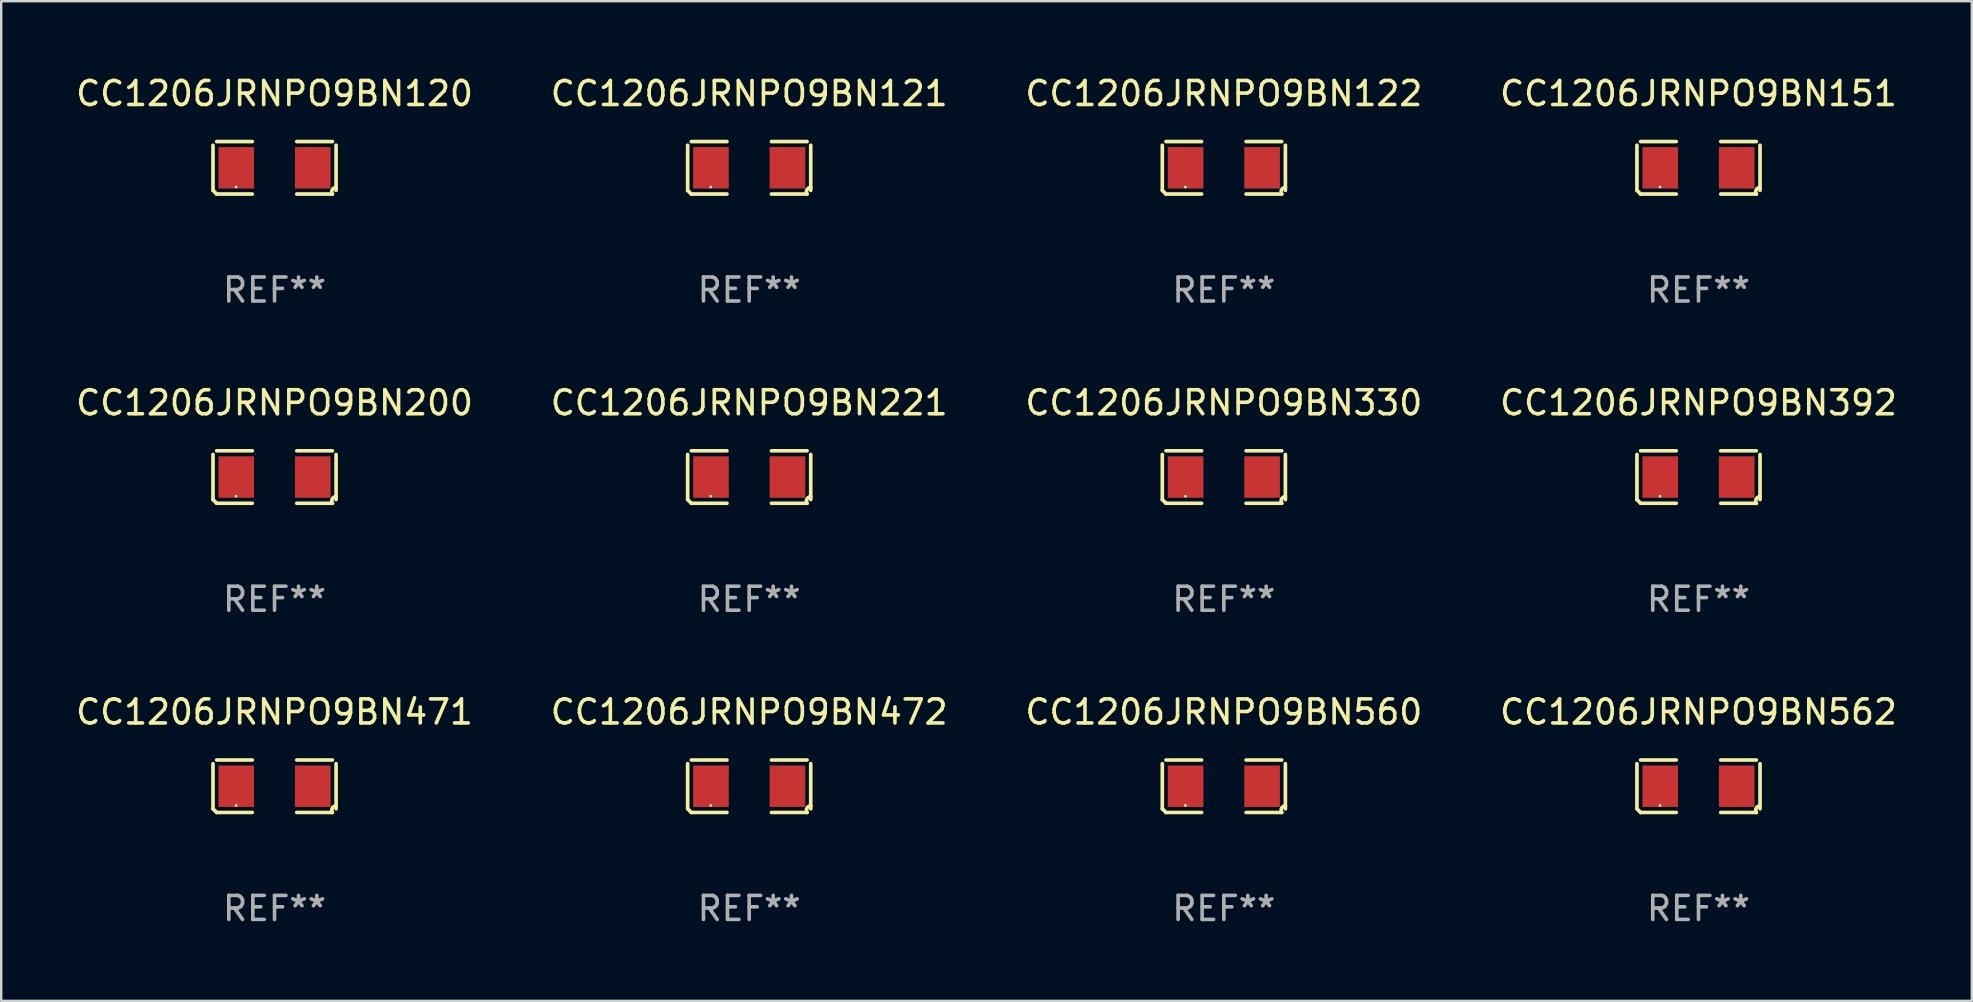
<source format=kicad_pcb>
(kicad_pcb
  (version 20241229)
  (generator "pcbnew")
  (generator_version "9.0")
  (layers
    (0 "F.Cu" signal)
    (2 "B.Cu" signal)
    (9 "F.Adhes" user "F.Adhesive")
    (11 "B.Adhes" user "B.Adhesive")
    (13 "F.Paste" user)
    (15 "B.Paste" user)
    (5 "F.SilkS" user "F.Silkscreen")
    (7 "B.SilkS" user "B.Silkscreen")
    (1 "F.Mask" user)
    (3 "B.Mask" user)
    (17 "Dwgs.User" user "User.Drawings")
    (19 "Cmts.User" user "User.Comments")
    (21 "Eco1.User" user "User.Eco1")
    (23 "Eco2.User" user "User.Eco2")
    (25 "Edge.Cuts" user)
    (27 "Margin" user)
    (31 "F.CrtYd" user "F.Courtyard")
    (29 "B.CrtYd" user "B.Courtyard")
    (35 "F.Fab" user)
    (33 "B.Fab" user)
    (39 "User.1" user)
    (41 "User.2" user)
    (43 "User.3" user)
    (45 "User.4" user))
  (footprint "CC1206JRNPO9BN562"
    (layer "F.Cu")
    (at 67.708 29.704)
    (property "Reference" "CC1206JRNPO9BN562" (at 0 -3.093 0) (layer "F.SilkS") (effects (font (size 1 1) (thickness 0.15))))
    (attr through_hole)
    (fp_line (start -2.564 0.94) (end -2.564 -0.94) (stroke (width 0.152) (type solid)) (layer "F.SilkS"))
    (fp_line (start -2.411 -1.093) (end -0.926 -1.093) (stroke (width 0.152) (type solid)) (layer "F.SilkS"))
    (fp_line (start -0.926 1.093) (end -2.411 1.093) (stroke (width 0.152) (type solid)) (layer "F.SilkS"))
    (fp_line (start 0.926 1.093) (end 2.411 1.093) (stroke (width 0.152) (type solid)) (layer "F.SilkS"))
    (fp_line (start 2.411 -1.093) (end 0.926 -1.093) (stroke (width 0.152) (type solid)) (layer "F.SilkS"))
    (fp_line (start 2.564 0.94) (end 2.564 -0.94) (stroke (width 0.152) (type solid)) (layer "F.SilkS"))
    (fp_arc (start -2.411201 1.092609) (mid -2.487413 1.01642) (end -2.563602 0.940208) (stroke (width 0.1524) (type solid)) (layer "F.SilkS"))
    (fp_arc (start 2.411201 1.092609) (mid 2.407159 0.911226) (end 2.563602 0.819347) (stroke (width 0.1524) (type solid)) (layer "F.SilkS"))
    (fp_circle (center -1.6 0.8) (end -1.57 0.8) (stroke (width 0.06) (type solid)) (fill no) (layer "F.SilkS"))
    (fp_text user "REF**" (at 0 5.093 0) (layer "F.Fab") (effects (font (size 1 1) (thickness 0.15))))
    (pad "1" smd rect (at -1.593 0) (size 1.485 1.728) (layers "F.Cu" "F.Mask" "F.Paste"))
    (pad "2" smd rect (at 1.593 0) (size 1.485 1.728) (layers "F.Cu" "F.Mask" "F.Paste")))
  (footprint "CC1206JRNPO9BN471"
    (layer "F.Cu")
    (at 8.387 29.704)
    (property "Reference" "CC1206JRNPO9BN471" (at 0 -3.093 0) (layer "F.SilkS") (effects (font (size 1 1) (thickness 0.15))))
    (attr through_hole)
    (fp_line (start -2.564 0.94) (end -2.564 -0.94) (stroke (width 0.152) (type solid)) (layer "F.SilkS"))
    (fp_line (start -2.411 -1.093) (end -0.926 -1.093) (stroke (width 0.152) (type solid)) (layer "F.SilkS"))
    (fp_line (start -0.926 1.093) (end -2.411 1.093) (stroke (width 0.152) (type solid)) (layer "F.SilkS"))
    (fp_line (start 0.926 1.093) (end 2.411 1.093) (stroke (width 0.152) (type solid)) (layer "F.SilkS"))
    (fp_line (start 2.411 -1.093) (end 0.926 -1.093) (stroke (width 0.152) (type solid)) (layer "F.SilkS"))
    (fp_line (start 2.564 0.94) (end 2.564 -0.94) (stroke (width 0.152) (type solid)) (layer "F.SilkS"))
    (fp_arc (start -2.411201 1.092609) (mid -2.487413 1.01642) (end -2.563602 0.940208) (stroke (width 0.1524) (type solid)) (layer "F.SilkS"))
    (fp_arc (start 2.411201 1.092609) (mid 2.407159 0.911226) (end 2.563602 0.819347) (stroke (width 0.1524) (type solid)) (layer "F.SilkS"))
    (fp_circle (center -1.6 0.8) (end -1.57 0.8) (stroke (width 0.06) (type solid)) (fill no) (layer "F.SilkS"))
    (fp_text user "REF**" (at 0 5.093 0) (layer "F.Fab") (effects (font (size 1 1) (thickness 0.15))))
    (pad "1" smd rect (at -1.593 0) (size 1.485 1.728) (layers "F.Cu" "F.Mask" "F.Paste"))
    (pad "2" smd rect (at 1.593 0) (size 1.485 1.728) (layers "F.Cu" "F.Mask" "F.Paste")))
  (footprint "CC1206JRNPO9BN392"
    (layer "F.Cu")
    (at 67.708 16.823)
    (property "Reference" "CC1206JRNPO9BN392" (at 0 -3.093 0) (layer "F.SilkS") (effects (font (size 1 1) (thickness 0.15))))
    (attr through_hole)
    (fp_line (start -2.564 0.94) (end -2.564 -0.94) (stroke (width 0.152) (type solid)) (layer "F.SilkS"))
    (fp_line (start -2.411 -1.093) (end -0.926 -1.093) (stroke (width 0.152) (type solid)) (layer "F.SilkS"))
    (fp_line (start -0.926 1.093) (end -2.411 1.093) (stroke (width 0.152) (type solid)) (layer "F.SilkS"))
    (fp_line (start 0.926 1.093) (end 2.411 1.093) (stroke (width 0.152) (type solid)) (layer "F.SilkS"))
    (fp_line (start 2.411 -1.093) (end 0.926 -1.093) (stroke (width 0.152) (type solid)) (layer "F.SilkS"))
    (fp_line (start 2.564 0.94) (end 2.564 -0.94) (stroke (width 0.152) (type solid)) (layer "F.SilkS"))
    (fp_arc (start -2.411201 1.092609) (mid -2.487413 1.01642) (end -2.563602 0.940208) (stroke (width 0.1524) (type solid)) (layer "F.SilkS"))
    (fp_arc (start 2.411201 1.092609) (mid 2.407159 0.911226) (end 2.563602 0.819347) (stroke (width 0.1524) (type solid)) (layer "F.SilkS"))
    (fp_circle (center -1.6 0.8) (end -1.57 0.8) (stroke (width 0.06) (type solid)) (fill no) (layer "F.SilkS"))
    (fp_text user "REF**" (at 0 5.093 0) (layer "F.Fab") (effects (font (size 1 1) (thickness 0.15))))
    (pad "1" smd rect (at -1.593 0) (size 1.485 1.728) (layers "F.Cu" "F.Mask" "F.Paste"))
    (pad "2" smd rect (at 1.593 0) (size 1.485 1.728) (layers "F.Cu" "F.Mask" "F.Paste")))
  (footprint "CC1206JRNPO9BN330"
    (layer "F.Cu")
    (at 47.935 16.823)
    (property "Reference" "CC1206JRNPO9BN330" (at 0 -3.093 0) (layer "F.SilkS") (effects (font (size 1 1) (thickness 0.15))))
    (attr through_hole)
    (fp_line (start -2.564 0.94) (end -2.564 -0.94) (stroke (width 0.152) (type solid)) (layer "F.SilkS"))
    (fp_line (start -2.411 -1.093) (end -0.926 -1.093) (stroke (width 0.152) (type solid)) (layer "F.SilkS"))
    (fp_line (start -0.926 1.093) (end -2.411 1.093) (stroke (width 0.152) (type solid)) (layer "F.SilkS"))
    (fp_line (start 0.926 1.093) (end 2.411 1.093) (stroke (width 0.152) (type solid)) (layer "F.SilkS"))
    (fp_line (start 2.411 -1.093) (end 0.926 -1.093) (stroke (width 0.152) (type solid)) (layer "F.SilkS"))
    (fp_line (start 2.564 0.94) (end 2.564 -0.94) (stroke (width 0.152) (type solid)) (layer "F.SilkS"))
    (fp_arc (start -2.411201 1.092609) (mid -2.487413 1.01642) (end -2.563602 0.940208) (stroke (width 0.1524) (type solid)) (layer "F.SilkS"))
    (fp_arc (start 2.411201 1.092609) (mid 2.407159 0.911226) (end 2.563602 0.819347) (stroke (width 0.1524) (type solid)) (layer "F.SilkS"))
    (fp_circle (center -1.6 0.8) (end -1.57 0.8) (stroke (width 0.06) (type solid)) (fill no) (layer "F.SilkS"))
    (fp_text user "REF**" (at 0 5.093 0) (layer "F.Fab") (effects (font (size 1 1) (thickness 0.15))))
    (pad "1" smd rect (at -1.593 0) (size 1.485 1.728) (layers "F.Cu" "F.Mask" "F.Paste"))
    (pad "2" smd rect (at 1.593 0) (size 1.485 1.728) (layers "F.Cu" "F.Mask" "F.Paste")))
  (footprint "CC1206JRNPO9BN200"
    (layer "F.Cu")
    (at 8.387 16.823)
    (property "Reference" "CC1206JRNPO9BN200" (at 0 -3.093 0) (layer "F.SilkS") (effects (font (size 1 1) (thickness 0.15))))
    (attr through_hole)
    (fp_line (start -2.564 0.94) (end -2.564 -0.94) (stroke (width 0.152) (type solid)) (layer "F.SilkS"))
    (fp_line (start -2.411 -1.093) (end -0.926 -1.093) (stroke (width 0.152) (type solid)) (layer "F.SilkS"))
    (fp_line (start -0.926 1.093) (end -2.411 1.093) (stroke (width 0.152) (type solid)) (layer "F.SilkS"))
    (fp_line (start 0.926 1.093) (end 2.411 1.093) (stroke (width 0.152) (type solid)) (layer "F.SilkS"))
    (fp_line (start 2.411 -1.093) (end 0.926 -1.093) (stroke (width 0.152) (type solid)) (layer "F.SilkS"))
    (fp_line (start 2.564 0.94) (end 2.564 -0.94) (stroke (width 0.152) (type solid)) (layer "F.SilkS"))
    (fp_arc (start -2.411201 1.092609) (mid -2.487413 1.01642) (end -2.563602 0.940208) (stroke (width 0.1524) (type solid)) (layer "F.SilkS"))
    (fp_arc (start 2.411201 1.092609) (mid 2.407159 0.911226) (end 2.563602 0.819347) (stroke (width 0.1524) (type solid)) (layer "F.SilkS"))
    (fp_circle (center -1.6 0.8) (end -1.57 0.8) (stroke (width 0.06) (type solid)) (fill no) (layer "F.SilkS"))
    (fp_text user "REF**" (at 0 5.093 0) (layer "F.Fab") (effects (font (size 1 1) (thickness 0.15))))
    (pad "1" smd rect (at -1.593 0) (size 1.485 1.728) (layers "F.Cu" "F.Mask" "F.Paste"))
    (pad "2" smd rect (at 1.593 0) (size 1.485 1.728) (layers "F.Cu" "F.Mask" "F.Paste")))
  (footprint "CC1206JRNPO9BN151"
    (layer "F.Cu")
    (at 67.708 3.941)
    (property "Reference" "CC1206JRNPO9BN151" (at 0 -3.093 0) (layer "F.SilkS") (effects (font (size 1 1) (thickness 0.15))))
    (attr through_hole)
    (fp_line (start -2.564 0.94) (end -2.564 -0.94) (stroke (width 0.152) (type solid)) (layer "F.SilkS"))
    (fp_line (start -2.411 -1.093) (end -0.926 -1.093) (stroke (width 0.152) (type solid)) (layer "F.SilkS"))
    (fp_line (start -0.926 1.093) (end -2.411 1.093) (stroke (width 0.152) (type solid)) (layer "F.SilkS"))
    (fp_line (start 0.926 1.093) (end 2.411 1.093) (stroke (width 0.152) (type solid)) (layer "F.SilkS"))
    (fp_line (start 2.411 -1.093) (end 0.926 -1.093) (stroke (width 0.152) (type solid)) (layer "F.SilkS"))
    (fp_line (start 2.564 0.94) (end 2.564 -0.94) (stroke (width 0.152) (type solid)) (layer "F.SilkS"))
    (fp_arc (start -2.411201 1.092609) (mid -2.487413 1.01642) (end -2.563602 0.940208) (stroke (width 0.1524) (type solid)) (layer "F.SilkS"))
    (fp_arc (start 2.411201 1.092609) (mid 2.407159 0.911226) (end 2.563602 0.819347) (stroke (width 0.1524) (type solid)) (layer "F.SilkS"))
    (fp_circle (center -1.6 0.8) (end -1.57 0.8) (stroke (width 0.06) (type solid)) (fill no) (layer "F.SilkS"))
    (fp_text user "REF**" (at 0 5.093 0) (layer "F.Fab") (effects (font (size 1 1) (thickness 0.15))))
    (pad "1" smd rect (at -1.593 0) (size 1.485 1.728) (layers "F.Cu" "F.Mask" "F.Paste"))
    (pad "2" smd rect (at 1.593 0) (size 1.485 1.728) (layers "F.Cu" "F.Mask" "F.Paste")))
  (footprint "CC1206JRNPO9BN121"
    (layer "F.Cu")
    (at 28.161 3.941)
    (property "Reference" "CC1206JRNPO9BN121" (at 0 -3.093 0) (layer "F.SilkS") (effects (font (size 1 1) (thickness 0.15))))
    (attr through_hole)
    (fp_line (start -2.564 0.94) (end -2.564 -0.94) (stroke (width 0.152) (type solid)) (layer "F.SilkS"))
    (fp_line (start -2.411 -1.093) (end -0.926 -1.093) (stroke (width 0.152) (type solid)) (layer "F.SilkS"))
    (fp_line (start -0.926 1.093) (end -2.411 1.093) (stroke (width 0.152) (type solid)) (layer "F.SilkS"))
    (fp_line (start 0.926 1.093) (end 2.411 1.093) (stroke (width 0.152) (type solid)) (layer "F.SilkS"))
    (fp_line (start 2.411 -1.093) (end 0.926 -1.093) (stroke (width 0.152) (type solid)) (layer "F.SilkS"))
    (fp_line (start 2.564 0.94) (end 2.564 -0.94) (stroke (width 0.152) (type solid)) (layer "F.SilkS"))
    (fp_arc (start -2.411201 1.092609) (mid -2.487413 1.01642) (end -2.563602 0.940208) (stroke (width 0.1524) (type solid)) (layer "F.SilkS"))
    (fp_arc (start 2.411201 1.092609) (mid 2.407159 0.911226) (end 2.563602 0.819347) (stroke (width 0.1524) (type solid)) (layer "F.SilkS"))
    (fp_circle (center -1.6 0.8) (end -1.57 0.8) (stroke (width 0.06) (type solid)) (fill no) (layer "F.SilkS"))
    (fp_text user "REF**" (at 0 5.093 0) (layer "F.Fab") (effects (font (size 1 1) (thickness 0.15))))
    (pad "1" smd rect (at -1.593 0) (size 1.485 1.728) (layers "F.Cu" "F.Mask" "F.Paste"))
    (pad "2" smd rect (at 1.593 0) (size 1.485 1.728) (layers "F.Cu" "F.Mask" "F.Paste")))
  (footprint "CC1206JRNPO9BN560"
    (layer "F.Cu")
    (at 47.935 29.704)
    (property "Reference" "CC1206JRNPO9BN560" (at 0 -3.093 0) (layer "F.SilkS") (effects (font (size 1 1) (thickness 0.15))))
    (attr through_hole)
    (fp_line (start -2.564 0.94) (end -2.564 -0.94) (stroke (width 0.152) (type solid)) (layer "F.SilkS"))
    (fp_line (start -2.411 -1.093) (end -0.926 -1.093) (stroke (width 0.152) (type solid)) (layer "F.SilkS"))
    (fp_line (start -0.926 1.093) (end -2.411 1.093) (stroke (width 0.152) (type solid)) (layer "F.SilkS"))
    (fp_line (start 0.926 1.093) (end 2.411 1.093) (stroke (width 0.152) (type solid)) (layer "F.SilkS"))
    (fp_line (start 2.411 -1.093) (end 0.926 -1.093) (stroke (width 0.152) (type solid)) (layer "F.SilkS"))
    (fp_line (start 2.564 0.94) (end 2.564 -0.94) (stroke (width 0.152) (type solid)) (layer "F.SilkS"))
    (fp_arc (start -2.411201 1.092609) (mid -2.487413 1.01642) (end -2.563602 0.940208) (stroke (width 0.1524) (type solid)) (layer "F.SilkS"))
    (fp_arc (start 2.411201 1.092609) (mid 2.407159 0.911226) (end 2.563602 0.819347) (stroke (width 0.1524) (type solid)) (layer "F.SilkS"))
    (fp_circle (center -1.6 0.8) (end -1.57 0.8) (stroke (width 0.06) (type solid)) (fill no) (layer "F.SilkS"))
    (fp_text user "REF**" (at 0 5.093 0) (layer "F.Fab") (effects (font (size 1 1) (thickness 0.15))))
    (pad "1" smd rect (at -1.593 0) (size 1.485 1.728) (layers "F.Cu" "F.Mask" "F.Paste"))
    (pad "2" smd rect (at 1.593 0) (size 1.485 1.728) (layers "F.Cu" "F.Mask" "F.Paste")))
  (footprint "CC1206JRNPO9BN472"
    (layer "F.Cu")
    (at 28.161 29.704)
    (property "Reference" "CC1206JRNPO9BN472" (at 0 -3.093 0) (layer "F.SilkS") (effects (font (size 1 1) (thickness 0.15))))
    (attr through_hole)
    (fp_line (start -2.564 0.94) (end -2.564 -0.94) (stroke (width 0.152) (type solid)) (layer "F.SilkS"))
    (fp_line (start -2.411 -1.093) (end -0.926 -1.093) (stroke (width 0.152) (type solid)) (layer "F.SilkS"))
    (fp_line (start -0.926 1.093) (end -2.411 1.093) (stroke (width 0.152) (type solid)) (layer "F.SilkS"))
    (fp_line (start 0.926 1.093) (end 2.411 1.093) (stroke (width 0.152) (type solid)) (layer "F.SilkS"))
    (fp_line (start 2.411 -1.093) (end 0.926 -1.093) (stroke (width 0.152) (type solid)) (layer "F.SilkS"))
    (fp_line (start 2.564 0.94) (end 2.564 -0.94) (stroke (width 0.152) (type solid)) (layer "F.SilkS"))
    (fp_arc (start -2.411201 1.092609) (mid -2.487413 1.01642) (end -2.563602 0.940208) (stroke (width 0.1524) (type solid)) (layer "F.SilkS"))
    (fp_arc (start 2.411201 1.092609) (mid 2.407159 0.911226) (end 2.563602 0.819347) (stroke (width 0.1524) (type solid)) (layer "F.SilkS"))
    (fp_circle (center -1.6 0.8) (end -1.57 0.8) (stroke (width 0.06) (type solid)) (fill no) (layer "F.SilkS"))
    (fp_text user "REF**" (at 0 5.093 0) (layer "F.Fab") (effects (font (size 1 1) (thickness 0.15))))
    (pad "1" smd rect (at -1.593 0) (size 1.485 1.728) (layers "F.Cu" "F.Mask" "F.Paste"))
    (pad "2" smd rect (at 1.593 0) (size 1.485 1.728) (layers "F.Cu" "F.Mask" "F.Paste")))
  (footprint "CC1206JRNPO9BN120"
    (layer "F.Cu")
    (at 8.387 3.941)
    (property "Reference" "CC1206JRNPO9BN120" (at 0 -3.093 0) (layer "F.SilkS") (effects (font (size 1 1) (thickness 0.15))))
    (attr through_hole)
    (fp_line (start -2.564 0.94) (end -2.564 -0.94) (stroke (width 0.152) (type solid)) (layer "F.SilkS"))
    (fp_line (start -2.411 -1.093) (end -0.926 -1.093) (stroke (width 0.152) (type solid)) (layer "F.SilkS"))
    (fp_line (start -0.926 1.093) (end -2.411 1.093) (stroke (width 0.152) (type solid)) (layer "F.SilkS"))
    (fp_line (start 0.926 1.093) (end 2.411 1.093) (stroke (width 0.152) (type solid)) (layer "F.SilkS"))
    (fp_line (start 2.411 -1.093) (end 0.926 -1.093) (stroke (width 0.152) (type solid)) (layer "F.SilkS"))
    (fp_line (start 2.564 0.94) (end 2.564 -0.94) (stroke (width 0.152) (type solid)) (layer "F.SilkS"))
    (fp_arc (start -2.411201 1.092609) (mid -2.487413 1.01642) (end -2.563602 0.940208) (stroke (width 0.1524) (type solid)) (layer "F.SilkS"))
    (fp_arc (start 2.411201 1.092609) (mid 2.407159 0.911226) (end 2.563602 0.819347) (stroke (width 0.1524) (type solid)) (layer "F.SilkS"))
    (fp_circle (center -1.6 0.8) (end -1.57 0.8) (stroke (width 0.06) (type solid)) (fill no) (layer "F.SilkS"))
    (fp_text user "REF**" (at 0 5.093 0) (layer "F.Fab") (effects (font (size 1 1) (thickness 0.15))))
    (pad "1" smd rect (at -1.593 0) (size 1.485 1.728) (layers "F.Cu" "F.Mask" "F.Paste"))
    (pad "2" smd rect (at 1.593 0) (size 1.485 1.728) (layers "F.Cu" "F.Mask" "F.Paste")))
  (footprint "CC1206JRNPO9BN122"
    (layer "F.Cu")
    (at 47.935 3.941)
    (property "Reference" "CC1206JRNPO9BN122" (at 0 -3.093 0) (layer "F.SilkS") (effects (font (size 1 1) (thickness 0.15))))
    (attr through_hole)
    (fp_line (start -2.564 0.94) (end -2.564 -0.94) (stroke (width 0.152) (type solid)) (layer "F.SilkS"))
    (fp_line (start -2.411 -1.093) (end -0.926 -1.093) (stroke (width 0.152) (type solid)) (layer "F.SilkS"))
    (fp_line (start -0.926 1.093) (end -2.411 1.093) (stroke (width 0.152) (type solid)) (layer "F.SilkS"))
    (fp_line (start 0.926 1.093) (end 2.411 1.093) (stroke (width 0.152) (type solid)) (layer "F.SilkS"))
    (fp_line (start 2.411 -1.093) (end 0.926 -1.093) (stroke (width 0.152) (type solid)) (layer "F.SilkS"))
    (fp_line (start 2.564 0.94) (end 2.564 -0.94) (stroke (width 0.152) (type solid)) (layer "F.SilkS"))
    (fp_arc (start -2.411201 1.092609) (mid -2.487413 1.01642) (end -2.563602 0.940208) (stroke (width 0.1524) (type solid)) (layer "F.SilkS"))
    (fp_arc (start 2.411201 1.092609) (mid 2.407159 0.911226) (end 2.563602 0.819347) (stroke (width 0.1524) (type solid)) (layer "F.SilkS"))
    (fp_circle (center -1.6 0.8) (end -1.57 0.8) (stroke (width 0.06) (type solid)) (fill no) (layer "F.SilkS"))
    (fp_text user "REF**" (at 0 5.093 0) (layer "F.Fab") (effects (font (size 1 1) (thickness 0.15))))
    (pad "1" smd rect (at -1.593 0) (size 1.485 1.728) (layers "F.Cu" "F.Mask" "F.Paste"))
    (pad "2" smd rect (at 1.593 0) (size 1.485 1.728) (layers "F.Cu" "F.Mask" "F.Paste")))
  (footprint "CC1206JRNPO9BN221"
    (layer "F.Cu")
    (at 28.161 16.823)
    (property "Reference" "CC1206JRNPO9BN221" (at 0 -3.093 0) (layer "F.SilkS") (effects (font (size 1 1) (thickness 0.15))))
    (attr through_hole)
    (fp_line (start -2.564 0.94) (end -2.564 -0.94) (stroke (width 0.152) (type solid)) (layer "F.SilkS"))
    (fp_line (start -2.411 -1.093) (end -0.926 -1.093) (stroke (width 0.152) (type solid)) (layer "F.SilkS"))
    (fp_line (start -0.926 1.093) (end -2.411 1.093) (stroke (width 0.152) (type solid)) (layer "F.SilkS"))
    (fp_line (start 0.926 1.093) (end 2.411 1.093) (stroke (width 0.152) (type solid)) (layer "F.SilkS"))
    (fp_line (start 2.411 -1.093) (end 0.926 -1.093) (stroke (width 0.152) (type solid)) (layer "F.SilkS"))
    (fp_line (start 2.564 0.94) (end 2.564 -0.94) (stroke (width 0.152) (type solid)) (layer "F.SilkS"))
    (fp_arc (start -2.411201 1.092609) (mid -2.487413 1.01642) (end -2.563602 0.940208) (stroke (width 0.1524) (type solid)) (layer "F.SilkS"))
    (fp_arc (start 2.411201 1.092609) (mid 2.407159 0.911226) (end 2.563602 0.819347) (stroke (width 0.1524) (type solid)) (layer "F.SilkS"))
    (fp_circle (center -1.6 0.8) (end -1.57 0.8) (stroke (width 0.06) (type solid)) (fill no) (layer "F.SilkS"))
    (fp_text user "REF**" (at 0 5.093 0) (layer "F.Fab") (effects (font (size 1 1) (thickness 0.15))))
    (pad "1" smd rect (at -1.593 0) (size 1.485 1.728) (layers "F.Cu" "F.Mask" "F.Paste"))
    (pad "2" smd rect (at 1.593 0) (size 1.485 1.728) (layers "F.Cu" "F.Mask" "F.Paste")))
  (gr_rect
    (start -3 -3)
    (end 79.095 38.645)
    (stroke (width 0.1) (type default))
    (fill no)
    (layer "Edge.Cuts")))
</source>
